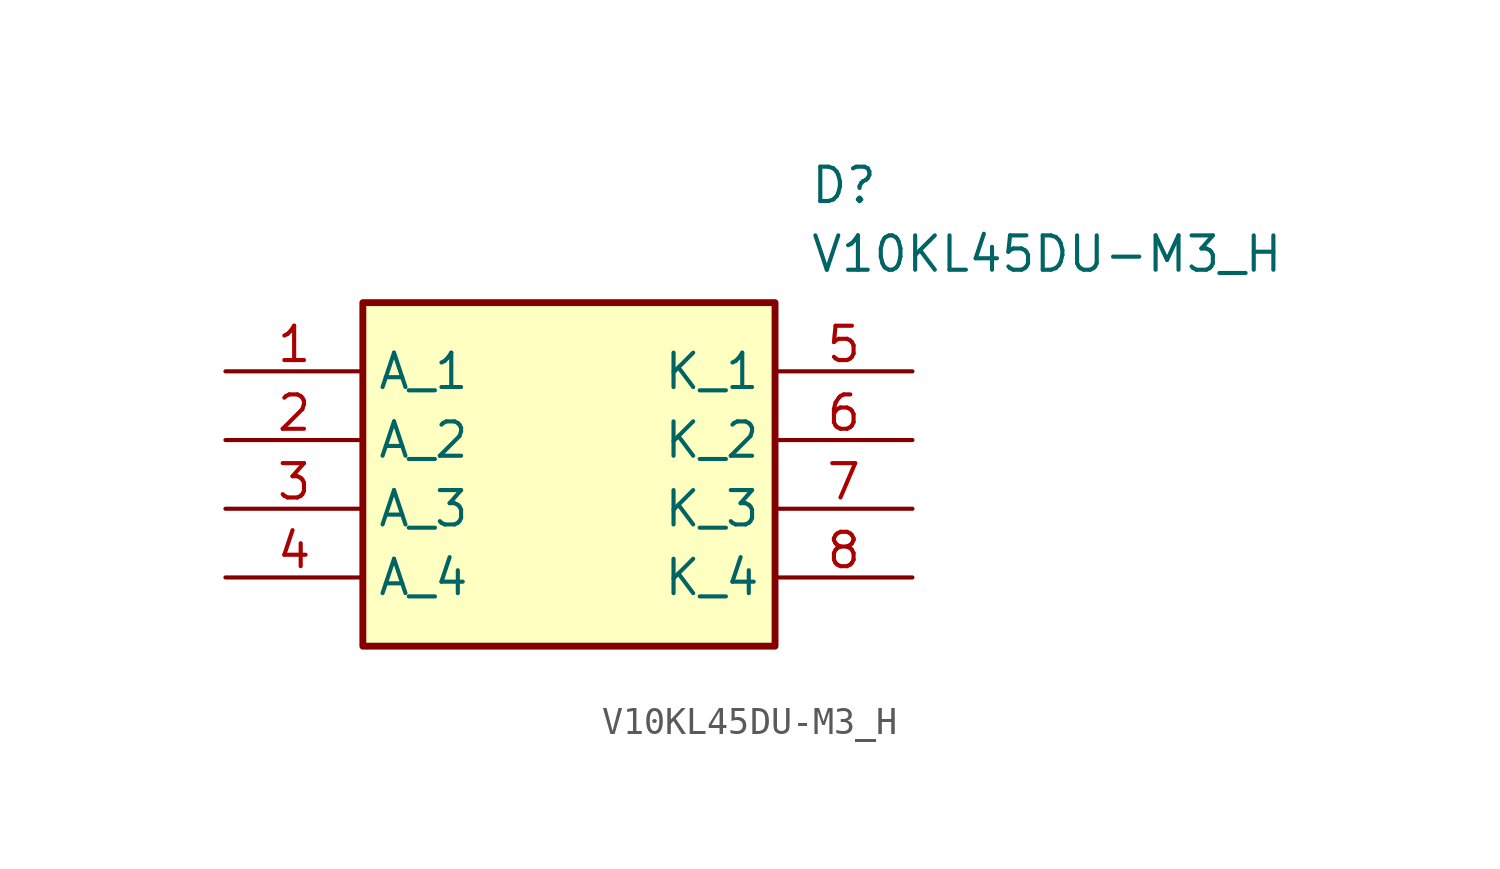
<source format=kicad_sym>
(kicad_symbol_lib
  (version 20241209)
  (generator "kicad_symbol_editor")
  (generator_version "9.0")
  (symbol "V10KL45DU-M3_H"
    (property "Reference" "D"
      (at 21.59 7.62 0)
      (effects (font (size 1.27 1.27)) (justify left top)))
    (property "Value" "V10KL45DU-M3_H"
      (at 21.59 5.08 0)
      (effects (font (size 1.27 1.27)) (justify left top)))
    (symbol "V10KL45DU-M3_H_1_1"
      (rectangle (start 5.08 2.54) (end 20.32 -10.16) (stroke (width 0.254) (type default)) (fill (type background)))
      (pin passive line (at 0 0 0) (length 5.08) (name "A_1" (effects (font (size 1.27 1.27)))) (number "1" (effects (font (size 1.27 1.27)))))
      (pin passive line (at 0 -2.54 0) (length 5.08) (name "A_2" (effects (font (size 1.27 1.27)))) (number "2" (effects (font (size 1.27 1.27)))))
      (pin passive line (at 0 -5.08 0) (length 5.08) (name "A_3" (effects (font (size 1.27 1.27)))) (number "3" (effects (font (size 1.27 1.27)))))
      (pin passive line (at 0 -7.62 0) (length 5.08) (name "A_4" (effects (font (size 1.27 1.27)))) (number "4" (effects (font (size 1.27 1.27)))))
      (pin passive line (at 25.4 0 180) (length 5.08) (name "K_1" (effects (font (size 1.27 1.27)))) (number "5" (effects (font (size 1.27 1.27)))))
      (pin passive line (at 25.4 -2.54 180) (length 5.08) (name "K_2" (effects (font (size 1.27 1.27)))) (number "6" (effects (font (size 1.27 1.27)))))
      (pin passive line (at 25.4 -5.08 180) (length 5.08) (name "K_3" (effects (font (size 1.27 1.27)))) (number "7" (effects (font (size 1.27 1.27)))))
      (pin passive line (at 25.4 -7.62 180) (length 5.08) (name "K_4" (effects (font (size 1.27 1.27)))) (number "8" (effects (font (size 1.27 1.27))))))))
</source>
